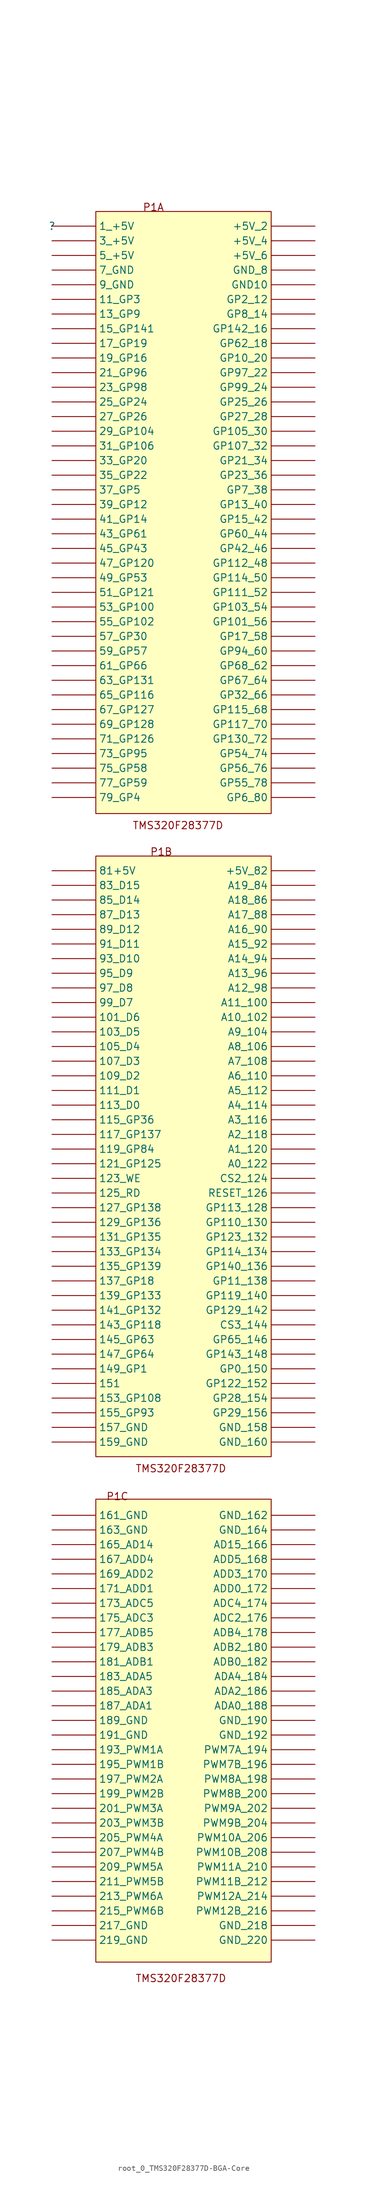
<source format=kicad_sym>
(kicad_symbol_lib
  (version 20220914)
  (generator kicad_symbol_editor)
  (symbol "root_0_TMS320F28377D-BGA-Core"
    (property "Reference" ""
      (at 0 0 0)
      (effects (font (size 1.27 1.27))))
    (property "Value" ""
      (at 0 0 0)
      (effects (font (size 1.27 1.27))))
    (symbol "root_0_TMS320F28377D-BGA-Core_1_0"
      (rectangle (start 38.1 -220.726) (end 7.62 -300.99) (stroke (width 0) (type solid)) (fill (type background)))
      (rectangle (start 38.1 -109.22) (end 7.62 -213.36) (stroke (width 0) (type solid)) (fill (type background)))
      (rectangle (start 38.1 2.54) (end 7.62 -101.854) (stroke (width 0) (type solid)) (fill (type background)))
      (text "P1A" (at 15.748 2.54 0) (effects (font (size 1.27 1.27)) (justify left bottom)))
      (text "P1B" (at 17.018 -109.22 0) (effects (font (size 1.27 1.27)) (justify left bottom)))
      (text "P1C" (at 9.398 -220.98 0) (effects (font (size 1.27 1.27)) (justify left bottom)))
      (text "TMS320F28377D" (at 13.97 -104.648 0) (effects (font (size 1.27 1.27)) (justify left bottom)))
      (text "TMS320F28377D" (at 14.478 -304.546 0) (effects (font (size 1.27 1.27)) (justify left bottom)))
      (text "TMS320F28377D" (at 14.478 -216.154 0) (effects (font (size 1.27 1.27)) (justify left bottom)))
      (pin passive line (at 0 0 0) (length 7.62) (name "1_+5V" (effects (font (size 1.27 1.27)))) (number "1" (effects (font (size 0 0)))))
      (pin passive line (at 45.72 -10.16 180) (length 7.62) (name "GND10" (effects (font (size 1.27 1.27)))) (number "10" (effects (font (size 0 0)))))
      (pin passive line (at 45.72 -134.62 180) (length 7.62) (name "A11_100" (effects (font (size 1.27 1.27)))) (number "100" (effects (font (size 0 0)))))
      (pin passive line (at 0 -137.16 0) (length 7.62) (name "101_D6" (effects (font (size 1.27 1.27)))) (number "101" (effects (font (size 0 0)))))
      (pin passive line (at 45.72 -137.16 180) (length 7.62) (name "A10_102" (effects (font (size 1.27 1.27)))) (number "102" (effects (font (size 0 0)))))
      (pin passive line (at 0 -139.7 0) (length 7.62) (name "103_D5" (effects (font (size 1.27 1.27)))) (number "103" (effects (font (size 0 0)))))
      (pin passive line (at 45.72 -139.7 180) (length 7.62) (name "A9_104" (effects (font (size 1.27 1.27)))) (number "104" (effects (font (size 0 0)))))
      (pin passive line (at 0 -142.24 0) (length 7.62) (name "105_D4" (effects (font (size 1.27 1.27)))) (number "105" (effects (font (size 0 0)))))
      (pin passive line (at 45.72 -142.24 180) (length 7.62) (name "A8_106" (effects (font (size 1.27 1.27)))) (number "106" (effects (font (size 0 0)))))
      (pin passive line (at 0 -144.78 0) (length 7.62) (name "107_D3" (effects (font (size 1.27 1.27)))) (number "107" (effects (font (size 0 0)))))
      (pin passive line (at 45.72 -144.78 180) (length 7.62) (name "A7_108" (effects (font (size 1.27 1.27)))) (number "108" (effects (font (size 0 0)))))
      (pin passive line (at 0 -147.32 0) (length 7.62) (name "109_D2" (effects (font (size 1.27 1.27)))) (number "109" (effects (font (size 0 0)))))
      (pin passive line (at 0 -12.7 0) (length 7.62) (name "11_GP3" (effects (font (size 1.27 1.27)))) (number "11" (effects (font (size 0 0)))))
      (pin passive line (at 45.72 -147.32 180) (length 7.62) (name "A6_110" (effects (font (size 1.27 1.27)))) (number "110" (effects (font (size 0 0)))))
      (pin passive line (at 0 -149.86 0) (length 7.62) (name "111_D1" (effects (font (size 1.27 1.27)))) (number "111" (effects (font (size 0 0)))))
      (pin passive line (at 45.72 -149.86 180) (length 7.62) (name "A5_112" (effects (font (size 1.27 1.27)))) (number "112" (effects (font (size 0 0)))))
      (pin passive line (at 0 -152.4 0) (length 7.62) (name "113_D0" (effects (font (size 1.27 1.27)))) (number "113" (effects (font (size 0 0)))))
      (pin passive line (at 45.72 -152.4 180) (length 7.62) (name "A4_114" (effects (font (size 1.27 1.27)))) (number "114" (effects (font (size 0 0)))))
      (pin passive line (at 0 -154.94 0) (length 7.62) (name "115_GP36" (effects (font (size 1.27 1.27)))) (number "115" (effects (font (size 0 0)))))
      (pin passive line (at 45.72 -154.94 180) (length 7.62) (name "A3_116" (effects (font (size 1.27 1.27)))) (number "116" (effects (font (size 0 0)))))
      (pin passive line (at 0 -157.48 0) (length 7.62) (name "117_GP137" (effects (font (size 1.27 1.27)))) (number "117" (effects (font (size 0 0)))))
      (pin passive line (at 45.72 -157.48 180) (length 7.62) (name "A2_118" (effects (font (size 1.27 1.27)))) (number "118" (effects (font (size 0 0)))))
      (pin passive line (at 0 -160.02 0) (length 7.62) (name "119_GP84" (effects (font (size 1.27 1.27)))) (number "119" (effects (font (size 0 0)))))
      (pin passive line (at 45.72 -12.7 180) (length 7.62) (name "GP2_12" (effects (font (size 1.27 1.27)))) (number "12" (effects (font (size 0 0)))))
      (pin passive line (at 45.72 -160.02 180) (length 7.62) (name "A1_120" (effects (font (size 1.27 1.27)))) (number "120" (effects (font (size 0 0)))))
      (pin passive line (at 0 -162.56 0) (length 7.62) (name "121_GP125" (effects (font (size 1.27 1.27)))) (number "121" (effects (font (size 0 0)))))
      (pin passive line (at 45.72 -162.56 180) (length 7.62) (name "A0_122" (effects (font (size 1.27 1.27)))) (number "122" (effects (font (size 0 0)))))
      (pin passive line (at 0 -165.1 0) (length 7.62) (name "123_WE" (effects (font (size 1.27 1.27)))) (number "123" (effects (font (size 0 0)))))
      (pin passive line (at 45.72 -165.1 180) (length 7.62) (name "CS2_124" (effects (font (size 1.27 1.27)))) (number "124" (effects (font (size 0 0)))))
      (pin passive line (at 0 -167.64 0) (length 7.62) (name "125_RD" (effects (font (size 1.27 1.27)))) (number "125" (effects (font (size 0 0)))))
      (pin passive line (at 45.72 -167.64 180) (length 7.62) (name "RESET_126" (effects (font (size 1.27 1.27)))) (number "126" (effects (font (size 0 0)))))
      (pin passive line (at 0 -170.18 0) (length 7.62) (name "127_GP138" (effects (font (size 1.27 1.27)))) (number "127" (effects (font (size 0 0)))))
      (pin passive line (at 45.72 -170.18 180) (length 7.62) (name "GP113_128" (effects (font (size 1.27 1.27)))) (number "128" (effects (font (size 0 0)))))
      (pin passive line (at 0 -172.72 0) (length 7.62) (name "129_GP136" (effects (font (size 1.27 1.27)))) (number "129" (effects (font (size 0 0)))))
      (pin passive line (at 0 -15.24 0) (length 7.62) (name "13_GP9" (effects (font (size 1.27 1.27)))) (number "13" (effects (font (size 0 0)))))
      (pin passive line (at 45.72 -172.72 180) (length 7.62) (name "GP110_130" (effects (font (size 1.27 1.27)))) (number "130" (effects (font (size 0 0)))))
      (pin passive line (at 0 -175.26 0) (length 7.62) (name "131_GP135" (effects (font (size 1.27 1.27)))) (number "131" (effects (font (size 0 0)))))
      (pin passive line (at 45.72 -175.26 180) (length 7.62) (name "GP123_132" (effects (font (size 1.27 1.27)))) (number "132" (effects (font (size 0 0)))))
      (pin passive line (at 0 -177.8 0) (length 7.62) (name "133_GP134" (effects (font (size 1.27 1.27)))) (number "133" (effects (font (size 0 0)))))
      (pin passive line (at 45.72 -177.8 180) (length 7.62) (name "GP114_134" (effects (font (size 1.27 1.27)))) (number "134" (effects (font (size 0 0)))))
      (pin passive line (at 0 -180.34 0) (length 7.62) (name "135_GP139" (effects (font (size 1.27 1.27)))) (number "135" (effects (font (size 0 0)))))
      (pin passive line (at 45.72 -180.34 180) (length 7.62) (name "GP140_136" (effects (font (size 1.27 1.27)))) (number "136" (effects (font (size 0 0)))))
      (pin passive line (at 0 -182.88 0) (length 7.62) (name "137_GP18" (effects (font (size 1.27 1.27)))) (number "137" (effects (font (size 0 0)))))
      (pin passive line (at 45.72 -182.88 180) (length 7.62) (name "GP11_138" (effects (font (size 1.27 1.27)))) (number "138" (effects (font (size 0 0)))))
      (pin passive line (at 0 -185.42 0) (length 7.62) (name "139_GP133" (effects (font (size 1.27 1.27)))) (number "139" (effects (font (size 0 0)))))
      (pin passive line (at 45.72 -15.24 180) (length 7.62) (name "GP8_14" (effects (font (size 1.27 1.27)))) (number "14" (effects (font (size 0 0)))))
      (pin passive line (at 45.72 -185.42 180) (length 7.62) (name "GP119_140" (effects (font (size 1.27 1.27)))) (number "140" (effects (font (size 0 0)))))
      (pin passive line (at 0 -187.96 0) (length 7.62) (name "141_GP132" (effects (font (size 1.27 1.27)))) (number "141" (effects (font (size 0 0)))))
      (pin passive line (at 45.72 -187.96 180) (length 7.62) (name "GP129_142" (effects (font (size 1.27 1.27)))) (number "142" (effects (font (size 0 0)))))
      (pin passive line (at 0 -190.5 0) (length 7.62) (name "143_GP118" (effects (font (size 1.27 1.27)))) (number "143" (effects (font (size 0 0)))))
      (pin passive line (at 45.72 -190.5 180) (length 7.62) (name "CS3_144" (effects (font (size 1.27 1.27)))) (number "144" (effects (font (size 0 0)))))
      (pin passive line (at 0 -193.04 0) (length 7.62) (name "145_GP63" (effects (font (size 1.27 1.27)))) (number "145" (effects (font (size 0 0)))))
      (pin passive line (at 45.72 -193.04 180) (length 7.62) (name "GP65_146" (effects (font (size 1.27 1.27)))) (number "146" (effects (font (size 0 0)))))
      (pin passive line (at 0 -195.58 0) (length 7.62) (name "147_GP64" (effects (font (size 1.27 1.27)))) (number "147" (effects (font (size 0 0)))))
      (pin passive line (at 45.72 -195.58 180) (length 7.62) (name "GP143_148" (effects (font (size 1.27 1.27)))) (number "148" (effects (font (size 0 0)))))
      (pin passive line (at 0 -198.12 0) (length 7.62) (name "149_GP1" (effects (font (size 1.27 1.27)))) (number "149" (effects (font (size 0 0)))))
      (pin passive line (at 0 -17.78 0) (length 7.62) (name "15_GP141" (effects (font (size 1.27 1.27)))) (number "15" (effects (font (size 0 0)))))
      (pin passive line (at 45.72 -198.12 180) (length 7.62) (name "GP0_150" (effects (font (size 1.27 1.27)))) (number "150" (effects (font (size 0 0)))))
      (pin passive line (at 0 -200.66 0) (length 7.62) (name "151" (effects (font (size 1.27 1.27)))) (number "151" (effects (font (size 0 0)))))
      (pin passive line (at 45.72 -200.66 180) (length 7.62) (name "GP122_152" (effects (font (size 1.27 1.27)))) (number "152" (effects (font (size 0 0)))))
      (pin passive line (at 0 -203.2 0) (length 7.62) (name "153_GP108" (effects (font (size 1.27 1.27)))) (number "153" (effects (font (size 0 0)))))
      (pin passive line (at 45.72 -203.2 180) (length 7.62) (name "GP28_154" (effects (font (size 1.27 1.27)))) (number "154" (effects (font (size 0 0)))))
      (pin passive line (at 0 -205.74 0) (length 7.62) (name "155_GP93" (effects (font (size 1.27 1.27)))) (number "155" (effects (font (size 0 0)))))
      (pin passive line (at 45.72 -205.74 180) (length 7.62) (name "GP29_156" (effects (font (size 1.27 1.27)))) (number "156" (effects (font (size 0 0)))))
      (pin passive line (at 0 -208.28 0) (length 7.62) (name "157_GND" (effects (font (size 1.27 1.27)))) (number "157" (effects (font (size 0 0)))))
      (pin passive line (at 45.72 -208.28 180) (length 7.62) (name "GND_158" (effects (font (size 1.27 1.27)))) (number "158" (effects (font (size 0 0)))))
      (pin passive line (at 0 -210.82 0) (length 7.62) (name "159_GND" (effects (font (size 1.27 1.27)))) (number "159" (effects (font (size 0 0)))))
      (pin passive line (at 45.72 -17.78 180) (length 7.62) (name "GP142_16" (effects (font (size 1.27 1.27)))) (number "16" (effects (font (size 0 0)))))
      (pin passive line (at 45.72 -210.82 180) (length 7.62) (name "GND_160" (effects (font (size 1.27 1.27)))) (number "160" (effects (font (size 0 0)))))
      (pin passive line (at 0 -223.52 0) (length 7.62) (name "161_GND" (effects (font (size 1.27 1.27)))) (number "161" (effects (font (size 0 0)))))
      (pin passive line (at 45.72 -223.52 180) (length 7.62) (name "GND_162" (effects (font (size 1.27 1.27)))) (number "162" (effects (font (size 0 0)))))
      (pin passive line (at 0 -226.06 0) (length 7.62) (name "163_GND" (effects (font (size 1.27 1.27)))) (number "163" (effects (font (size 0 0)))))
      (pin passive line (at 45.72 -226.06 180) (length 7.62) (name "GND_164" (effects (font (size 1.27 1.27)))) (number "164" (effects (font (size 0 0)))))
      (pin passive line (at 0 -228.6 0) (length 7.62) (name "165_AD14" (effects (font (size 1.27 1.27)))) (number "165" (effects (font (size 0 0)))))
      (pin passive line (at 45.72 -228.6 180) (length 7.62) (name "AD15_166" (effects (font (size 1.27 1.27)))) (number "166" (effects (font (size 0 0)))))
      (pin passive line (at 0 -231.14 0) (length 7.62) (name "167_ADD4" (effects (font (size 1.27 1.27)))) (number "167" (effects (font (size 0 0)))))
      (pin passive line (at 45.72 -231.14 180) (length 7.62) (name "ADD5_168" (effects (font (size 1.27 1.27)))) (number "168" (effects (font (size 0 0)))))
      (pin passive line (at 0 -233.68 0) (length 7.62) (name "169_ADD2" (effects (font (size 1.27 1.27)))) (number "169" (effects (font (size 0 0)))))
      (pin passive line (at 0 -20.32 0) (length 7.62) (name "17_GP19" (effects (font (size 1.27 1.27)))) (number "17" (effects (font (size 0 0)))))
      (pin passive line (at 45.72 -233.68 180) (length 7.62) (name "ADD3_170" (effects (font (size 1.27 1.27)))) (number "170" (effects (font (size 0 0)))))
      (pin passive line (at 0 -236.22 0) (length 7.62) (name "171_ADD1" (effects (font (size 1.27 1.27)))) (number "171" (effects (font (size 0 0)))))
      (pin passive line (at 45.72 -236.22 180) (length 7.62) (name "ADD0_172" (effects (font (size 1.27 1.27)))) (number "172" (effects (font (size 0 0)))))
      (pin passive line (at 0 -238.76 0) (length 7.62) (name "173_ADC5" (effects (font (size 1.27 1.27)))) (number "173" (effects (font (size 0 0)))))
      (pin passive line (at 45.72 -238.76 180) (length 7.62) (name "ADC4_174" (effects (font (size 1.27 1.27)))) (number "174" (effects (font (size 0 0)))))
      (pin passive line (at 0 -241.3 0) (length 7.62) (name "175_ADC3" (effects (font (size 1.27 1.27)))) (number "175" (effects (font (size 0 0)))))
      (pin passive line (at 45.72 -241.3 180) (length 7.62) (name "ADC2_176" (effects (font (size 1.27 1.27)))) (number "176" (effects (font (size 0 0)))))
      (pin passive line (at 0 -243.84 0) (length 7.62) (name "177_ADB5" (effects (font (size 1.27 1.27)))) (number "177" (effects (font (size 0 0)))))
      (pin passive line (at 45.72 -243.84 180) (length 7.62) (name "ADB4_178" (effects (font (size 1.27 1.27)))) (number "178" (effects (font (size 0 0)))))
      (pin passive line (at 0 -246.38 0) (length 7.62) (name "179_ADB3" (effects (font (size 1.27 1.27)))) (number "179" (effects (font (size 0 0)))))
      (pin passive line (at 45.72 -20.32 180) (length 7.62) (name "GP62_18" (effects (font (size 1.27 1.27)))) (number "18" (effects (font (size 0 0)))))
      (pin passive line (at 45.72 -246.38 180) (length 7.62) (name "ADB2_180" (effects (font (size 1.27 1.27)))) (number "180" (effects (font (size 0 0)))))
      (pin passive line (at 0 -248.92 0) (length 7.62) (name "181_ADB1" (effects (font (size 1.27 1.27)))) (number "181" (effects (font (size 0 0)))))
      (pin passive line (at 45.72 -248.92 180) (length 7.62) (name "ADB0_182" (effects (font (size 1.27 1.27)))) (number "182" (effects (font (size 0 0)))))
      (pin passive line (at 0 -251.46 0) (length 7.62) (name "183_ADA5" (effects (font (size 1.27 1.27)))) (number "183" (effects (font (size 0 0)))))
      (pin passive line (at 45.72 -251.46 180) (length 7.62) (name "ADA4_184" (effects (font (size 1.27 1.27)))) (number "184" (effects (font (size 0 0)))))
      (pin passive line (at 0 -254 0) (length 7.62) (name "185_ADA3" (effects (font (size 1.27 1.27)))) (number "185" (effects (font (size 0 0)))))
      (pin passive line (at 45.72 -254 180) (length 7.62) (name "ADA2_186" (effects (font (size 1.27 1.27)))) (number "186" (effects (font (size 0 0)))))
      (pin passive line (at 0 -256.54 0) (length 7.62) (name "187_ADA1" (effects (font (size 1.27 1.27)))) (number "187" (effects (font (size 0 0)))))
      (pin passive line (at 45.72 -256.54 180) (length 7.62) (name "ADA0_188" (effects (font (size 1.27 1.27)))) (number "188" (effects (font (size 0 0)))))
      (pin passive line (at 0 -259.08 0) (length 7.62) (name "189_GND" (effects (font (size 1.27 1.27)))) (number "189" (effects (font (size 0 0)))))
      (pin passive line (at 0 -22.86 0) (length 7.62) (name "19_GP16" (effects (font (size 1.27 1.27)))) (number "19" (effects (font (size 0 0)))))
      (pin passive line (at 45.72 -259.08 180) (length 7.62) (name "GND_190" (effects (font (size 1.27 1.27)))) (number "190" (effects (font (size 0 0)))))
      (pin passive line (at 0 -261.62 0) (length 7.62) (name "191_GND" (effects (font (size 1.27 1.27)))) (number "191" (effects (font (size 0 0)))))
      (pin passive line (at 45.72 -261.62 180) (length 7.62) (name "GND_192" (effects (font (size 1.27 1.27)))) (number "192" (effects (font (size 0 0)))))
      (pin passive line (at 0 -264.16 0) (length 7.62) (name "193_PWM1A" (effects (font (size 1.27 1.27)))) (number "193" (effects (font (size 0 0)))))
      (pin passive line (at 45.72 -264.16 180) (length 7.62) (name "PWM7A_194" (effects (font (size 1.27 1.27)))) (number "194" (effects (font (size 0 0)))))
      (pin passive line (at 0 -266.7 0) (length 7.62) (name "195_PWM1B" (effects (font (size 1.27 1.27)))) (number "195" (effects (font (size 0 0)))))
      (pin passive line (at 45.72 -266.7 180) (length 7.62) (name "PWM7B_196" (effects (font (size 1.27 1.27)))) (number "196" (effects (font (size 0 0)))))
      (pin passive line (at 0 -269.24 0) (length 7.62) (name "197_PWM2A" (effects (font (size 1.27 1.27)))) (number "197" (effects (font (size 0 0)))))
      (pin passive line (at 45.72 -269.24 180) (length 7.62) (name "PWM8A_198" (effects (font (size 1.27 1.27)))) (number "198" (effects (font (size 0 0)))))
      (pin passive line (at 0 -271.78 0) (length 7.62) (name "199_PWM2B" (effects (font (size 1.27 1.27)))) (number "199" (effects (font (size 0 0)))))
      (pin passive line (at 45.72 0 180) (length 7.62) (name "+5V_2" (effects (font (size 1.27 1.27)))) (number "2" (effects (font (size 0 0)))))
      (pin passive line (at 45.72 -22.86 180) (length 7.62) (name "GP10_20" (effects (font (size 1.27 1.27)))) (number "20" (effects (font (size 0 0)))))
      (pin passive line (at 45.72 -271.78 180) (length 7.62) (name "PWM8B_200" (effects (font (size 1.27 1.27)))) (number "200" (effects (font (size 0 0)))))
      (pin passive line (at 0 -274.32 0) (length 7.62) (name "201_PWM3A" (effects (font (size 1.27 1.27)))) (number "201" (effects (font (size 0 0)))))
      (pin passive line (at 45.72 -274.32 180) (length 7.62) (name "PWM9A_202" (effects (font (size 1.27 1.27)))) (number "202" (effects (font (size 0 0)))))
      (pin passive line (at 0 -276.86 0) (length 7.62) (name "203_PWM3B" (effects (font (size 1.27 1.27)))) (number "203" (effects (font (size 0 0)))))
      (pin passive line (at 45.72 -276.86 180) (length 7.62) (name "PWM9B_204" (effects (font (size 1.27 1.27)))) (number "204" (effects (font (size 0 0)))))
      (pin passive line (at 0 -279.4 0) (length 7.62) (name "205_PWM4A" (effects (font (size 1.27 1.27)))) (number "205" (effects (font (size 0 0)))))
      (pin passive line (at 45.72 -279.4 180) (length 7.62) (name "PWM10A_206" (effects (font (size 1.27 1.27)))) (number "206" (effects (font (size 0 0)))))
      (pin passive line (at 0 -281.94 0) (length 7.62) (name "207_PWM4B" (effects (font (size 1.27 1.27)))) (number "207" (effects (font (size 0 0)))))
      (pin passive line (at 45.72 -281.94 180) (length 7.62) (name "PWM10B_208" (effects (font (size 1.27 1.27)))) (number "208" (effects (font (size 0 0)))))
      (pin passive line (at 0 -284.48 0) (length 7.62) (name "209_PWM5A" (effects (font (size 1.27 1.27)))) (number "209" (effects (font (size 0 0)))))
      (pin passive line (at 0 -25.4 0) (length 7.62) (name "21_GP96" (effects (font (size 1.27 1.27)))) (number "21" (effects (font (size 0 0)))))
      (pin passive line (at 45.72 -284.48 180) (length 7.62) (name "PWM11A_210" (effects (font (size 1.27 1.27)))) (number "210" (effects (font (size 0 0)))))
      (pin passive line (at 0 -287.02 0) (length 7.62) (name "211_PWM5B" (effects (font (size 1.27 1.27)))) (number "211" (effects (font (size 0 0)))))
      (pin passive line (at 45.72 -287.02 180) (length 7.62) (name "PWM11B_212" (effects (font (size 1.27 1.27)))) (number "212" (effects (font (size 0 0)))))
      (pin passive line (at 0 -289.56 0) (length 7.62) (name "213_PWM6A" (effects (font (size 1.27 1.27)))) (number "213" (effects (font (size 0 0)))))
      (pin passive line (at 45.72 -289.56 180) (length 7.62) (name "PWM12A_214" (effects (font (size 1.27 1.27)))) (number "214" (effects (font (size 0 0)))))
      (pin passive line (at 0 -292.1 0) (length 7.62) (name "215_PWM6B" (effects (font (size 1.27 1.27)))) (number "215" (effects (font (size 0 0)))))
      (pin passive line (at 45.72 -292.1 180) (length 7.62) (name "PWM12B_216" (effects (font (size 1.27 1.27)))) (number "216" (effects (font (size 0 0)))))
      (pin passive line (at 0 -294.64 0) (length 7.62) (name "217_GND" (effects (font (size 1.27 1.27)))) (number "217" (effects (font (size 0 0)))))
      (pin passive line (at 45.72 -294.64 180) (length 7.62) (name "GND_218" (effects (font (size 1.27 1.27)))) (number "218" (effects (font (size 0 0)))))
      (pin passive line (at 0 -297.18 0) (length 7.62) (name "219_GND" (effects (font (size 1.27 1.27)))) (number "219" (effects (font (size 0 0)))))
      (pin passive line (at 45.72 -25.4 180) (length 7.62) (name "GP97_22" (effects (font (size 1.27 1.27)))) (number "22" (effects (font (size 0 0)))))
      (pin passive line (at 45.72 -297.18 180) (length 7.62) (name "GND_220" (effects (font (size 1.27 1.27)))) (number "220" (effects (font (size 0 0)))))
      (pin passive line (at 0 -27.94 0) (length 7.62) (name "23_GP98" (effects (font (size 1.27 1.27)))) (number "23" (effects (font (size 0 0)))))
      (pin passive line (at 45.72 -27.94 180) (length 7.62) (name "GP99_24" (effects (font (size 1.27 1.27)))) (number "24" (effects (font (size 0 0)))))
      (pin passive line (at 0 -30.48 0) (length 7.62) (name "25_GP24" (effects (font (size 1.27 1.27)))) (number "25" (effects (font (size 0 0)))))
      (pin passive line (at 45.72 -30.48 180) (length 7.62) (name "GP25_26" (effects (font (size 1.27 1.27)))) (number "26" (effects (font (size 0 0)))))
      (pin passive line (at 0 -33.02 0) (length 7.62) (name "27_GP26" (effects (font (size 1.27 1.27)))) (number "27" (effects (font (size 0 0)))))
      (pin passive line (at 45.72 -33.02 180) (length 7.62) (name "GP27_28" (effects (font (size 1.27 1.27)))) (number "28" (effects (font (size 0 0)))))
      (pin passive line (at 0 -35.56 0) (length 7.62) (name "29_GP104" (effects (font (size 1.27 1.27)))) (number "29" (effects (font (size 0 0)))))
      (pin passive line (at 0 -2.54 0) (length 7.62) (name "3_+5V" (effects (font (size 1.27 1.27)))) (number "3" (effects (font (size 0 0)))))
      (pin passive line (at 45.72 -35.56 180) (length 7.62) (name "GP105_30" (effects (font (size 1.27 1.27)))) (number "30" (effects (font (size 0 0)))))
      (pin passive line (at 0 -38.1 0) (length 7.62) (name "31_GP106" (effects (font (size 1.27 1.27)))) (number "31" (effects (font (size 0 0)))))
      (pin passive line (at 45.72 -38.1 180) (length 7.62) (name "GP107_32" (effects (font (size 1.27 1.27)))) (number "32" (effects (font (size 0 0)))))
      (pin passive line (at 0 -40.64 0) (length 7.62) (name "33_GP20" (effects (font (size 1.27 1.27)))) (number "33" (effects (font (size 0 0)))))
      (pin passive line (at 45.72 -40.64 180) (length 7.62) (name "GP21_34" (effects (font (size 1.27 1.27)))) (number "34" (effects (font (size 0 0)))))
      (pin passive line (at 0 -43.18 0) (length 7.62) (name "35_GP22" (effects (font (size 1.27 1.27)))) (number "35" (effects (font (size 0 0)))))
      (pin passive line (at 45.72 -43.18 180) (length 7.62) (name "GP23_36" (effects (font (size 1.27 1.27)))) (number "36" (effects (font (size 0 0)))))
      (pin passive line (at 0 -45.72 0) (length 7.62) (name "37_GP5" (effects (font (size 1.27 1.27)))) (number "37" (effects (font (size 0 0)))))
      (pin passive line (at 45.72 -45.72 180) (length 7.62) (name "GP7_38" (effects (font (size 1.27 1.27)))) (number "38" (effects (font (size 0 0)))))
      (pin passive line (at 0 -48.26 0) (length 7.62) (name "39_GP12" (effects (font (size 1.27 1.27)))) (number "39" (effects (font (size 0 0)))))
      (pin passive line (at 45.72 -2.54 180) (length 7.62) (name "+5V_4" (effects (font (size 1.27 1.27)))) (number "4" (effects (font (size 0 0)))))
      (pin passive line (at 45.72 -48.26 180) (length 7.62) (name "GP13_40" (effects (font (size 1.27 1.27)))) (number "40" (effects (font (size 0 0)))))
      (pin passive line (at 0 -50.8 0) (length 7.62) (name "41_GP14" (effects (font (size 1.27 1.27)))) (number "41" (effects (font (size 0 0)))))
      (pin passive line (at 45.72 -50.8 180) (length 7.62) (name "GP15_42" (effects (font (size 1.27 1.27)))) (number "42" (effects (font (size 0 0)))))
      (pin passive line (at 0 -53.34 0) (length 7.62) (name "43_GP61" (effects (font (size 1.27 1.27)))) (number "43" (effects (font (size 0 0)))))
      (pin passive line (at 45.72 -53.34 180) (length 7.62) (name "GP60_44" (effects (font (size 1.27 1.27)))) (number "44" (effects (font (size 0 0)))))
      (pin passive line (at 0 -55.88 0) (length 7.62) (name "45_GP43" (effects (font (size 1.27 1.27)))) (number "45" (effects (font (size 0 0)))))
      (pin passive line (at 45.72 -55.88 180) (length 7.62) (name "GP42_46" (effects (font (size 1.27 1.27)))) (number "46" (effects (font (size 0 0)))))
      (pin passive line (at 0 -58.42 0) (length 7.62) (name "47_GP120" (effects (font (size 1.27 1.27)))) (number "47" (effects (font (size 0 0)))))
      (pin passive line (at 45.72 -58.42 180) (length 7.62) (name "GP112_48" (effects (font (size 1.27 1.27)))) (number "48" (effects (font (size 0 0)))))
      (pin passive line (at 0 -60.96 0) (length 7.62) (name "49_GP53" (effects (font (size 1.27 1.27)))) (number "49" (effects (font (size 0 0)))))
      (pin passive line (at 0 -5.08 0) (length 7.62) (name "5_+5V" (effects (font (size 1.27 1.27)))) (number "5" (effects (font (size 0 0)))))
      (pin passive line (at 45.72 -60.96 180) (length 7.62) (name "GP114_50" (effects (font (size 1.27 1.27)))) (number "50" (effects (font (size 0 0)))))
      (pin passive line (at 0 -63.5 0) (length 7.62) (name "51_GP121" (effects (font (size 1.27 1.27)))) (number "51" (effects (font (size 0 0)))))
      (pin passive line (at 45.72 -63.5 180) (length 7.62) (name "GP111_52" (effects (font (size 1.27 1.27)))) (number "52" (effects (font (size 0 0)))))
      (pin passive line (at 0 -66.04 0) (length 7.62) (name "53_GP100" (effects (font (size 1.27 1.27)))) (number "53" (effects (font (size 0 0)))))
      (pin passive line (at 45.72 -66.04 180) (length 7.62) (name "GP103_54" (effects (font (size 1.27 1.27)))) (number "54" (effects (font (size 0 0)))))
      (pin passive line (at 0 -68.58 0) (length 7.62) (name "55_GP102" (effects (font (size 1.27 1.27)))) (number "55" (effects (font (size 0 0)))))
      (pin passive line (at 45.72 -68.58 180) (length 7.62) (name "GP101_56" (effects (font (size 1.27 1.27)))) (number "56" (effects (font (size 0 0)))))
      (pin passive line (at 0 -71.12 0) (length 7.62) (name "57_GP30" (effects (font (size 1.27 1.27)))) (number "57" (effects (font (size 0 0)))))
      (pin passive line (at 45.72 -71.12 180) (length 7.62) (name "GP17_58" (effects (font (size 1.27 1.27)))) (number "58" (effects (font (size 0 0)))))
      (pin passive line (at 0 -73.66 0) (length 7.62) (name "59_GP57" (effects (font (size 1.27 1.27)))) (number "59" (effects (font (size 0 0)))))
      (pin passive line (at 45.72 -5.08 180) (length 7.62) (name "+5V_6" (effects (font (size 1.27 1.27)))) (number "6" (effects (font (size 0 0)))))
      (pin passive line (at 45.72 -73.66 180) (length 7.62) (name "GP94_60" (effects (font (size 1.27 1.27)))) (number "60" (effects (font (size 0 0)))))
      (pin passive line (at 0 -76.2 0) (length 7.62) (name "61_GP66" (effects (font (size 1.27 1.27)))) (number "61" (effects (font (size 0 0)))))
      (pin passive line (at 45.72 -76.2 180) (length 7.62) (name "GP68_62" (effects (font (size 1.27 1.27)))) (number "62" (effects (font (size 0 0)))))
      (pin passive line (at 0 -78.74 0) (length 7.62) (name "63_GP131" (effects (font (size 1.27 1.27)))) (number "63" (effects (font (size 0 0)))))
      (pin passive line (at 45.72 -78.74 180) (length 7.62) (name "GP67_64" (effects (font (size 1.27 1.27)))) (number "64" (effects (font (size 0 0)))))
      (pin passive line (at 0 -81.28 0) (length 7.62) (name "65_GP116" (effects (font (size 1.27 1.27)))) (number "65" (effects (font (size 0 0)))))
      (pin passive line (at 45.72 -81.28 180) (length 7.62) (name "GP32_66" (effects (font (size 1.27 1.27)))) (number "66" (effects (font (size 0 0)))))
      (pin passive line (at 0 -83.82 0) (length 7.62) (name "67_GP127" (effects (font (size 1.27 1.27)))) (number "67" (effects (font (size 0 0)))))
      (pin passive line (at 45.72 -83.82 180) (length 7.62) (name "GP115_68" (effects (font (size 1.27 1.27)))) (number "68" (effects (font (size 0 0)))))
      (pin passive line (at 0 -86.36 0) (length 7.62) (name "69_GP128" (effects (font (size 1.27 1.27)))) (number "69" (effects (font (size 0 0)))))
      (pin passive line (at 0 -7.62 0) (length 7.62) (name "7_GND" (effects (font (size 1.27 1.27)))) (number "7" (effects (font (size 0 0)))))
      (pin passive line (at 45.72 -86.36 180) (length 7.62) (name "GP117_70" (effects (font (size 1.27 1.27)))) (number "70" (effects (font (size 0 0)))))
      (pin passive line (at 0 -88.9 0) (length 7.62) (name "71_GP126" (effects (font (size 1.27 1.27)))) (number "71" (effects (font (size 0 0)))))
      (pin passive line (at 45.72 -88.9 180) (length 7.62) (name "GP130_72" (effects (font (size 1.27 1.27)))) (number "72" (effects (font (size 0 0)))))
      (pin passive line (at 0 -91.44 0) (length 7.62) (name "73_GP95" (effects (font (size 1.27 1.27)))) (number "73" (effects (font (size 0 0)))))
      (pin passive line (at 45.72 -91.44 180) (length 7.62) (name "GP54_74" (effects (font (size 1.27 1.27)))) (number "74" (effects (font (size 0 0)))))
      (pin passive line (at 0 -93.98 0) (length 7.62) (name "75_GP58" (effects (font (size 1.27 1.27)))) (number "75" (effects (font (size 0 0)))))
      (pin passive line (at 45.72 -93.98 180) (length 7.62) (name "GP56_76" (effects (font (size 1.27 1.27)))) (number "76" (effects (font (size 0 0)))))
      (pin passive line (at 0 -96.52 0) (length 7.62) (name "77_GP59" (effects (font (size 1.27 1.27)))) (number "77" (effects (font (size 0 0)))))
      (pin passive line (at 45.72 -96.52 180) (length 7.62) (name "GP55_78" (effects (font (size 1.27 1.27)))) (number "78" (effects (font (size 0 0)))))
      (pin passive line (at 0 -99.06 0) (length 7.62) (name "79_GP4" (effects (font (size 1.27 1.27)))) (number "79" (effects (font (size 0 0)))))
      (pin passive line (at 45.72 -7.62 180) (length 7.62) (name "GND_8" (effects (font (size 1.27 1.27)))) (number "8" (effects (font (size 0 0)))))
      (pin passive line (at 45.72 -99.06 180) (length 7.62) (name "GP6_80" (effects (font (size 1.27 1.27)))) (number "80" (effects (font (size 0 0)))))
      (pin passive line (at 0 -111.76 0) (length 7.62) (name "81+5V" (effects (font (size 1.27 1.27)))) (number "81" (effects (font (size 0 0)))))
      (pin passive line (at 45.72 -111.76 180) (length 7.62) (name "+5V_82" (effects (font (size 1.27 1.27)))) (number "82" (effects (font (size 0 0)))))
      (pin passive line (at 0 -114.3 0) (length 7.62) (name "83_D15" (effects (font (size 1.27 1.27)))) (number "83" (effects (font (size 0 0)))))
      (pin passive line (at 45.72 -114.3 180) (length 7.62) (name "A19_84" (effects (font (size 1.27 1.27)))) (number "84" (effects (font (size 0 0)))))
      (pin passive line (at 0 -116.84 0) (length 7.62) (name "85_D14" (effects (font (size 1.27 1.27)))) (number "85" (effects (font (size 0 0)))))
      (pin passive line (at 45.72 -116.84 180) (length 7.62) (name "A18_86" (effects (font (size 1.27 1.27)))) (number "86" (effects (font (size 0 0)))))
      (pin passive line (at 0 -119.38 0) (length 7.62) (name "87_D13" (effects (font (size 1.27 1.27)))) (number "87" (effects (font (size 0 0)))))
      (pin passive line (at 45.72 -119.38 180) (length 7.62) (name "A17_88" (effects (font (size 1.27 1.27)))) (number "88" (effects (font (size 0 0)))))
      (pin passive line (at 0 -121.92 0) (length 7.62) (name "89_D12" (effects (font (size 1.27 1.27)))) (number "89" (effects (font (size 0 0)))))
      (pin passive line (at 0 -10.16 0) (length 7.62) (name "9_GND" (effects (font (size 1.27 1.27)))) (number "9" (effects (font (size 0 0)))))
      (pin passive line (at 45.72 -121.92 180) (length 7.62) (name "A16_90" (effects (font (size 1.27 1.27)))) (number "90" (effects (font (size 0 0)))))
      (pin passive line (at 0 -124.46 0) (length 7.62) (name "91_D11" (effects (font (size 1.27 1.27)))) (number "91" (effects (font (size 0 0)))))
      (pin passive line (at 45.72 -124.46 180) (length 7.62) (name "A15_92" (effects (font (size 1.27 1.27)))) (number "92" (effects (font (size 0 0)))))
      (pin passive line (at 0 -127 0) (length 7.62) (name "93_D10" (effects (font (size 1.27 1.27)))) (number "93" (effects (font (size 0 0)))))
      (pin passive line (at 45.72 -127 180) (length 7.62) (name "A14_94" (effects (font (size 1.27 1.27)))) (number "94" (effects (font (size 0 0)))))
      (pin passive line (at 0 -129.54 0) (length 7.62) (name "95_D9" (effects (font (size 1.27 1.27)))) (number "95" (effects (font (size 0 0)))))
      (pin passive line (at 45.72 -129.54 180) (length 7.62) (name "A13_96" (effects (font (size 1.27 1.27)))) (number "96" (effects (font (size 0 0)))))
      (pin passive line (at 0 -132.08 0) (length 7.62) (name "97_D8" (effects (font (size 1.27 1.27)))) (number "97" (effects (font (size 0 0)))))
      (pin passive line (at 45.72 -132.08 180) (length 7.62) (name "A12_98" (effects (font (size 1.27 1.27)))) (number "98" (effects (font (size 0 0)))))
      (pin passive line (at 0 -134.62 0) (length 7.62) (name "99_D7" (effects (font (size 1.27 1.27)))) (number "99" (effects (font (size 0 0))))))))
</source>
